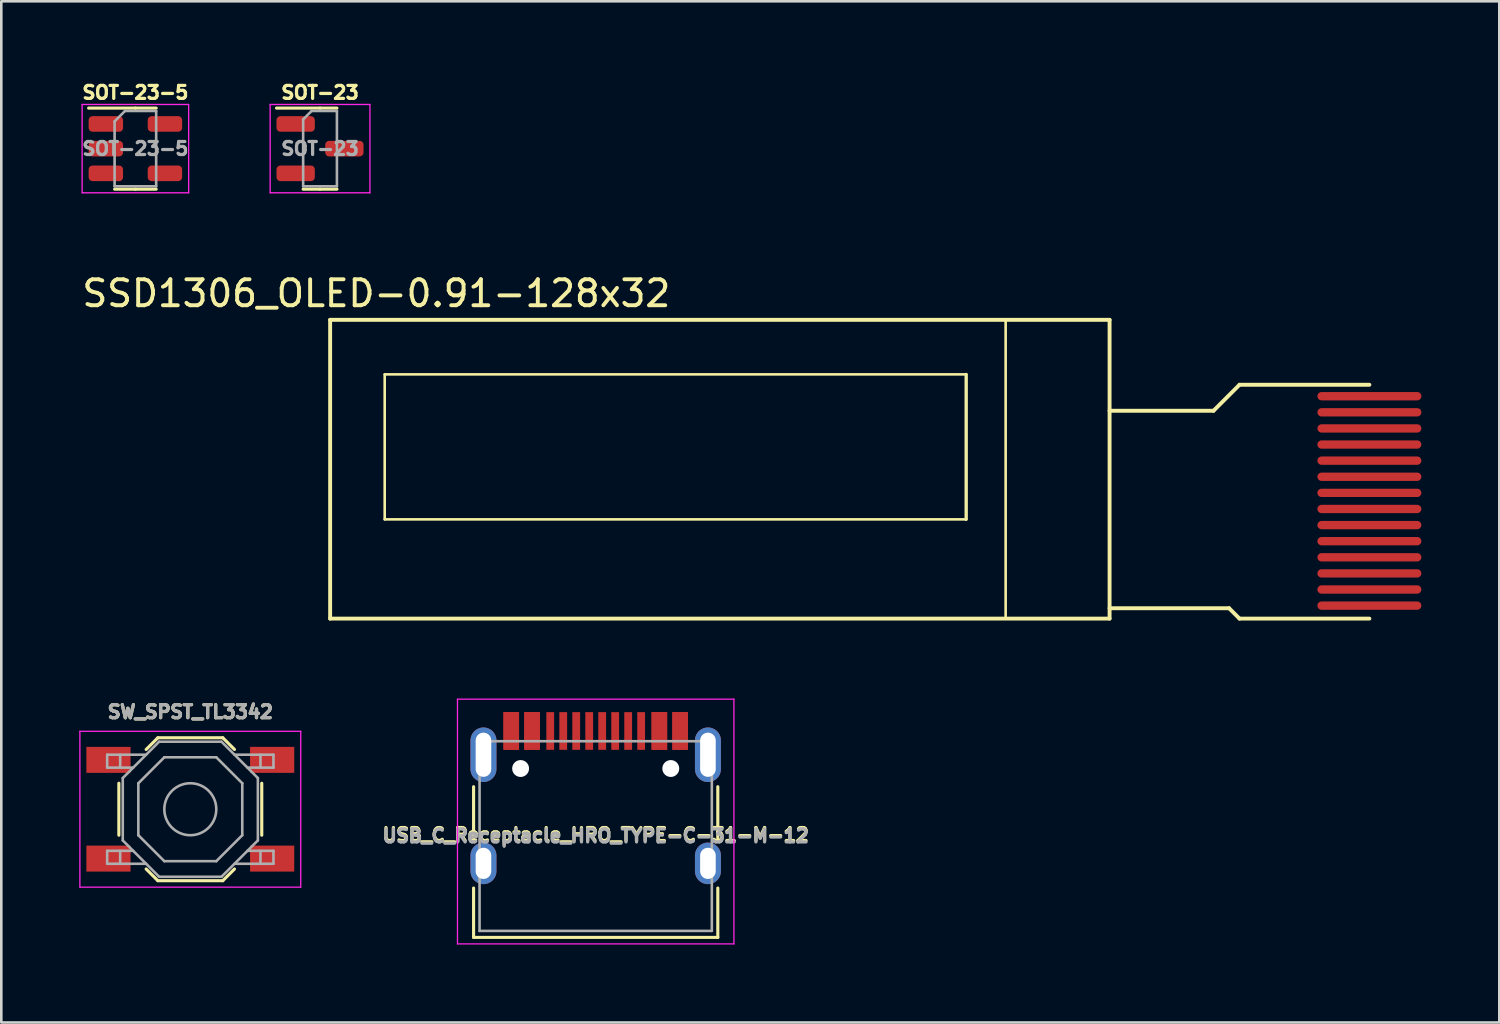
<source format=kicad_pcb>
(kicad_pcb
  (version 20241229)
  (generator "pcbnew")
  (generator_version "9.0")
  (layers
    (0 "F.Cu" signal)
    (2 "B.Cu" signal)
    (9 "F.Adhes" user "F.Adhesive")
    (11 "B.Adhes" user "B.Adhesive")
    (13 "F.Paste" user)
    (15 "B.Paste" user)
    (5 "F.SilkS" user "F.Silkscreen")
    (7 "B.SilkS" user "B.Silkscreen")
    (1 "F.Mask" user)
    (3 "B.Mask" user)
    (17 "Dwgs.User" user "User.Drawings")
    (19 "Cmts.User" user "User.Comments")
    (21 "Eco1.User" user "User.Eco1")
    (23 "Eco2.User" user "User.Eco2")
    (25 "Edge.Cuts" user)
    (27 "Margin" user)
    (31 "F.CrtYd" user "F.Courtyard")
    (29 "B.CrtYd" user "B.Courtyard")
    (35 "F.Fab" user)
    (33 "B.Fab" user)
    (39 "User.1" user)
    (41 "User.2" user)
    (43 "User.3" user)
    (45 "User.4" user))
  (footprint "USB_C_Receptacle_HRO_TYPE-C-31-M-12"
    (layer "F.Cu")
    (at 19.878 29.13)
    (property "Reference" "USB_C_Receptacle_HRO_TYPE-C-31-M-12" (at 0 -0.052 180) (layer "F.SilkS") (effects (font (size 0.5 0.5) (thickness 0.125))))
    (attr smd)
    (fp_line (start -4.7 -1.9) (end -4.7 0.1) (stroke (width 0.12) (type solid)) (layer "F.SilkS"))
    (fp_line (start -4.7 2) (end -4.7 3.9) (stroke (width 0.12) (type solid)) (layer "F.SilkS"))
    (fp_line (start -4.7 3.9) (end 4.7 3.9) (stroke (width 0.12) (type solid)) (layer "F.SilkS"))
    (fp_line (start 4.7 -1.9) (end 4.7 0.1) (stroke (width 0.12) (type solid)) (layer "F.SilkS"))
    (fp_line (start 4.7 2) (end 4.7 3.9) (stroke (width 0.12) (type solid)) (layer "F.SilkS"))
    (fp_line (start -5.32 -5.27) (end -5.32 4.15) (stroke (width 0.05) (type solid)) (layer "F.CrtYd"))
    (fp_line (start -5.32 -5.27) (end 5.32 -5.27) (stroke (width 0.05) (type solid)) (layer "F.CrtYd"))
    (fp_line (start -5.32 4.15) (end 5.32 4.15) (stroke (width 0.05) (type solid)) (layer "F.CrtYd"))
    (fp_line (start 5.32 -5.27) (end 5.32 4.15) (stroke (width 0.05) (type solid)) (layer "F.CrtYd"))
    (fp_line (start -4.47 -3.65) (end -4.47 3.65) (stroke (width 0.1) (type solid)) (layer "F.Fab"))
    (fp_line (start -4.47 -3.65) (end 4.47 -3.65) (stroke (width 0.1) (type solid)) (layer "F.Fab"))
    (fp_line (start -4.47 3.65) (end 4.47 3.65) (stroke (width 0.1) (type solid)) (layer "F.Fab"))
    (fp_line (start 4.47 -3.65) (end 4.47 3.65) (stroke (width 0.1) (type solid)) (layer "F.Fab"))
    (fp_text user "${REFERENCE}" (at 0 0 180) (layer "F.Fab") (effects (font (size 0.5 0.5) (thickness 0.125))))
    (pad "" np_thru_hole circle (at -2.89 -2.6) (size 0.65 0.65) (drill 0.65) (layers "*.Cu" "*.Mask"))
    (pad "" np_thru_hole circle (at 2.89 -2.6) (size 0.65 0.65) (drill 0.65) (layers "*.Cu" "*.Mask"))
    (pad "A1" smd rect (at -3.25 -4.045) (size 0.6 1.45) (layers "F.Cu" "F.Mask" "F.Paste"))
    (pad "A4" smd rect (at -2.45 -4.045) (size 0.6 1.45) (layers "F.Cu" "F.Mask" "F.Paste"))
    (pad "A5" smd rect (at -1.25 -4.045) (size 0.3 1.45) (layers "F.Cu" "F.Mask" "F.Paste"))
    (pad "A6" smd rect (at -0.25 -4.045) (size 0.3 1.45) (layers "F.Cu" "F.Mask" "F.Paste"))
    (pad "A7" smd rect (at 0.25 -4.045) (size 0.3 1.45) (layers "F.Cu" "F.Mask" "F.Paste"))
    (pad "A8" smd rect (at 1.25 -4.045) (size 0.3 1.45) (layers "F.Cu" "F.Mask" "F.Paste"))
    (pad "A9" smd rect (at 2.45 -4.045) (size 0.6 1.45) (layers "F.Cu" "F.Mask" "F.Paste"))
    (pad "A12" smd rect (at 3.25 -4.045) (size 0.6 1.45) (layers "F.Cu" "F.Mask" "F.Paste"))
    (pad "B1" smd rect (at 3.25 -4.045) (size 0.6 1.45) (layers "F.Cu" "F.Mask" "F.Paste"))
    (pad "B4" smd rect (at 2.45 -4.045) (size 0.6 1.45) (layers "F.Cu" "F.Mask" "F.Paste"))
    (pad "B5" smd rect (at 1.75 -4.045) (size 0.3 1.45) (layers "F.Cu" "F.Mask" "F.Paste"))
    (pad "B6" smd rect (at 0.75 -4.045) (size 0.3 1.45) (layers "F.Cu" "F.Mask" "F.Paste"))
    (pad "B7" smd rect (at -0.75 -4.045) (size 0.3 1.45) (layers "F.Cu" "F.Mask" "F.Paste"))
    (pad "B8" smd rect (at -1.75 -4.045) (size 0.3 1.45) (layers "F.Cu" "F.Mask" "F.Paste"))
    (pad "B9" smd rect (at -2.45 -4.045) (size 0.6 1.45) (layers "F.Cu" "F.Mask" "F.Paste"))
    (pad "B12" smd rect (at -3.25 -4.045) (size 0.6 1.45) (layers "F.Cu" "F.Mask" "F.Paste"))
    (pad "S1" thru_hole oval (at -4.32 -3.13) (size 1 2.1) (drill oval 0.6 1.7) (layers "*.Cu" "*.Mask"))
    (pad "S1" thru_hole oval (at -4.32 1.05) (size 1 1.6) (drill oval 0.6 1.2) (layers "*.Cu" "*.Mask"))
    (pad "S1" thru_hole oval (at 4.32 -3.13) (size 1 2.1) (drill oval 0.6 1.7) (layers "*.Cu" "*.Mask"))
    (pad "S1" thru_hole oval (at 4.32 1.05) (size 1 1.6) (drill oval 0.6 1.2) (layers "*.Cu" "*.Mask")))
  (footprint "SOT-23-5"
    (layer "F.Cu")
    (at 2.161 2.671)
    (property "Reference" "SOT-23-5" (at 0 -2.159 180) (layer "F.SilkS") (effects (font (size 0.5 0.5) (thickness 0.125))))
    (attr smd)
    (fp_line (start 0 -1.56) (end -1.8 -1.56) (stroke (width 0.12) (type solid)) (layer "F.SilkS"))
    (fp_line (start 0 -1.56) (end 0.8 -1.56) (stroke (width 0.12) (type solid)) (layer "F.SilkS"))
    (fp_line (start 0 1.56) (end -0.8 1.56) (stroke (width 0.12) (type solid)) (layer "F.SilkS"))
    (fp_line (start 0 1.56) (end 0.8 1.56) (stroke (width 0.12) (type solid)) (layer "F.SilkS"))
    (fp_line (start -2.05 -1.7) (end -2.05 1.7) (stroke (width 0.05) (type solid)) (layer "F.CrtYd"))
    (fp_line (start -2.05 1.7) (end 2.05 1.7) (stroke (width 0.05) (type solid)) (layer "F.CrtYd"))
    (fp_line (start 2.05 -1.7) (end -2.05 -1.7) (stroke (width 0.05) (type solid)) (layer "F.CrtYd"))
    (fp_line (start 2.05 1.7) (end 2.05 -1.7) (stroke (width 0.05) (type solid)) (layer "F.CrtYd"))
    (fp_line (start -0.8 -1.05) (end -0.4 -1.45) (stroke (width 0.1) (type solid)) (layer "F.Fab"))
    (fp_line (start -0.8 1.45) (end -0.8 -1.05) (stroke (width 0.1) (type solid)) (layer "F.Fab"))
    (fp_line (start -0.4 -1.45) (end 0.8 -1.45) (stroke (width 0.1) (type solid)) (layer "F.Fab"))
    (fp_line (start 0.8 -1.45) (end 0.8 1.45) (stroke (width 0.1) (type solid)) (layer "F.Fab"))
    (fp_line (start 0.8 1.45) (end -0.8 1.45) (stroke (width 0.1) (type solid)) (layer "F.Fab"))
    (fp_text user "${REFERENCE}" (at 0 0 180) (layer "F.Fab") (effects (font (size 0.5 0.5) (thickness 0.15))))
    (pad "1" smd roundrect (at -1.137 -0.95) (size 1.325 0.6) (layers "F.Cu" "F.Mask" "F.Paste") (roundrect_rratio 0.25))
    (pad "2" smd roundrect (at -1.137 0) (size 1.325 0.6) (layers "F.Cu" "F.Mask" "F.Paste") (roundrect_rratio 0.25))
    (pad "3" smd roundrect (at -1.137 0.95) (size 1.325 0.6) (layers "F.Cu" "F.Mask" "F.Paste") (roundrect_rratio 0.25))
    (pad "4" smd roundrect (at 1.137 0.95) (size 1.325 0.6) (layers "F.Cu" "F.Mask" "F.Paste") (roundrect_rratio 0.25))
    (pad "5" smd roundrect (at 1.137 -0.95) (size 1.325 0.6) (layers "F.Cu" "F.Mask" "F.Paste") (roundrect_rratio 0.25)))
  (footprint "SSD1306_OLED-0.91-128x32"
    (layer "F.Cu")
    (at 9.657 9.26)
    (property "Reference" "SSD1306_OLED-0.91-128x32" (at 1.778 -1.016 0) (layer "F.SilkS") (effects (font (size 1 1) (thickness 0.15))))
    (attr through_hole)
    (fp_line (start 0 0) (end 30 0) (stroke (width 0.15) (type solid)) (layer "F.SilkS"))
    (fp_line (start 0 11.5) (end 0 0) (stroke (width 0.15) (type solid)) (layer "F.SilkS"))
    (fp_line (start 0 11.5) (end 30 11.5) (stroke (width 0.15) (type solid)) (layer "F.SilkS"))
    (fp_line (start 2.1 2.1) (end 2.1 7.68) (stroke (width 0.1) (type solid)) (layer "F.SilkS"))
    (fp_line (start 2.1 2.1) (end 24.48 2.1) (stroke (width 0.1) (type solid)) (layer "F.SilkS"))
    (fp_line (start 2.1 7.68) (end 24.48 7.68) (stroke (width 0.1) (type solid)) (layer "F.SilkS"))
    (fp_line (start 24.48 2.1) (end 24.48 7.68) (stroke (width 0.1) (type solid)) (layer "F.SilkS"))
    (fp_line (start 24.48 7.68) (end 24.48 2.1) (stroke (width 0.12) (type default)) (layer "F.SilkS"))
    (fp_line (start 26 0) (end 26 11.5) (stroke (width 0.1) (type solid)) (layer "F.SilkS"))
    (fp_line (start 30 0) (end 30 11.5) (stroke (width 0.15) (type solid)) (layer "F.SilkS"))
    (fp_line (start 34 3.5) (end 30 3.5) (stroke (width 0.15) (type solid)) (layer "F.SilkS"))
    (fp_line (start 34.6 11.1) (end 30 11.1) (stroke (width 0.15) (type solid)) (layer "F.SilkS"))
    (fp_line (start 35 2.5) (end 34 3.5) (stroke (width 0.15) (type solid)) (layer "F.SilkS"))
    (fp_line (start 35 11.5) (end 34.6 11.1) (stroke (width 0.15) (type solid)) (layer "F.SilkS"))
    (fp_line (start 40 2.5) (end 35 2.5) (stroke (width 0.15) (type solid)) (layer "F.SilkS"))
    (fp_line (start 40 11.5) (end 35 11.5) (stroke (width 0.15) (type solid)) (layer "F.SilkS"))
    (pad "1" smd oval (at 40 11) (size 4 0.32) (layers "F.Cu" "F.Mask" "F.Paste"))
    (pad "2" smd oval (at 40 10.38) (size 4 0.32) (layers "F.Cu" "F.Mask" "F.Paste"))
    (pad "3" smd oval (at 40 9.76) (size 4 0.32) (layers "F.Cu" "F.Mask" "F.Paste"))
    (pad "4" smd oval (at 40 9.14) (size 4 0.32) (layers "F.Cu" "F.Mask" "F.Paste"))
    (pad "5" smd oval (at 40 8.52) (size 4 0.32) (layers "F.Cu" "F.Mask" "F.Paste"))
    (pad "6" smd oval (at 40 7.9) (size 4 0.32) (layers "F.Cu" "F.Mask" "F.Paste"))
    (pad "7" smd oval (at 40 7.28) (size 4 0.32) (layers "F.Cu" "F.Mask" "F.Paste"))
    (pad "8" smd oval (at 40 6.66) (size 4 0.32) (layers "F.Cu" "F.Mask" "F.Paste"))
    (pad "9" smd oval (at 40 6.04) (size 4 0.32) (layers "F.Cu" "F.Mask" "F.Paste"))
    (pad "10" smd oval (at 40 5.42) (size 4 0.32) (layers "F.Cu" "F.Mask" "F.Paste"))
    (pad "11" smd oval (at 40 4.8) (size 4 0.32) (layers "F.Cu" "F.Mask" "F.Paste"))
    (pad "12" smd oval (at 40 4.18) (size 4 0.32) (layers "F.Cu" "F.Mask" "F.Paste"))
    (pad "13" smd oval (at 40 3.56) (size 4 0.32) (layers "F.Cu" "F.Mask" "F.Paste"))
    (pad "14" smd oval (at 40 2.94) (size 4 0.32) (layers "F.Cu" "F.Mask" "F.Paste")))
  (footprint "SOT-23"
    (layer "F.Cu")
    (at 9.268 2.671)
    (property "Reference" "SOT-23" (at 0 -2.159 180) (layer "F.SilkS") (effects (font (size 0.5 0.5) (thickness 0.125))))
    (attr smd)
    (fp_line (start 0 -1.56) (end -1.675 -1.56) (stroke (width 0.12) (type solid)) (layer "F.SilkS"))
    (fp_line (start 0 -1.56) (end 0.65 -1.56) (stroke (width 0.12) (type solid)) (layer "F.SilkS"))
    (fp_line (start 0 1.56) (end -0.65 1.56) (stroke (width 0.12) (type solid)) (layer "F.SilkS"))
    (fp_line (start 0 1.56) (end 0.65 1.56) (stroke (width 0.12) (type solid)) (layer "F.SilkS"))
    (fp_line (start -1.92 -1.7) (end -1.92 1.7) (stroke (width 0.05) (type solid)) (layer "F.CrtYd"))
    (fp_line (start -1.92 1.7) (end 1.92 1.7) (stroke (width 0.05) (type solid)) (layer "F.CrtYd"))
    (fp_line (start 1.92 -1.7) (end -1.92 -1.7) (stroke (width 0.05) (type solid)) (layer "F.CrtYd"))
    (fp_line (start 1.92 1.7) (end 1.92 -1.7) (stroke (width 0.05) (type solid)) (layer "F.CrtYd"))
    (fp_line (start -0.65 -1.125) (end -0.325 -1.45) (stroke (width 0.1) (type solid)) (layer "F.Fab"))
    (fp_line (start -0.65 1.45) (end -0.65 -1.125) (stroke (width 0.1) (type solid)) (layer "F.Fab"))
    (fp_line (start -0.325 -1.45) (end 0.65 -1.45) (stroke (width 0.1) (type solid)) (layer "F.Fab"))
    (fp_line (start 0.65 -1.45) (end 0.65 1.45) (stroke (width 0.1) (type solid)) (layer "F.Fab"))
    (fp_line (start 0.65 1.45) (end -0.65 1.45) (stroke (width 0.1) (type solid)) (layer "F.Fab"))
    (fp_text user "${REFERENCE}" (at 0 0 180) (layer "F.Fab") (effects (font (size 0.5 0.5) (thickness 0.15))))
    (pad "1" smd roundrect (at -0.938 -0.95) (size 1.475 0.6) (layers "F.Cu" "F.Mask" "F.Paste") (roundrect_rratio 0.25))
    (pad "2" smd roundrect (at -0.938 0.95) (size 1.475 0.6) (layers "F.Cu" "F.Mask" "F.Paste") (roundrect_rratio 0.25))
    (pad "3" smd roundrect (at 0.938 0) (size 1.475 0.6) (layers "F.Cu" "F.Mask" "F.Paste") (roundrect_rratio 0.25)))
  (footprint "SW_SPST_TL3342"
    (layer "F.Cu")
    (at 4.275 28.097)
    (property "Reference" "SW_SPST_TL3342" (at 0 -3.75 0) (layer "F.SilkS") (effects (font (size 0.5 0.5) (thickness 0.125))))
    (attr smd)
    (fp_line (start -2.75 -1) (end -2.75 1) (stroke (width 0.12) (type solid)) (layer "F.SilkS"))
    (fp_line (start -1.7 -2.3) (end -1.25 -2.75) (stroke (width 0.12) (type solid)) (layer "F.SilkS"))
    (fp_line (start -1.7 2.3) (end -1.25 2.75) (stroke (width 0.12) (type solid)) (layer "F.SilkS"))
    (fp_line (start -1.25 -2.75) (end 1.25 -2.75) (stroke (width 0.12) (type solid)) (layer "F.SilkS"))
    (fp_line (start -1.25 2.75) (end 1.25 2.75) (stroke (width 0.12) (type solid)) (layer "F.SilkS"))
    (fp_line (start 1.7 -2.3) (end 1.25 -2.75) (stroke (width 0.12) (type solid)) (layer "F.SilkS"))
    (fp_line (start 1.7 2.3) (end 1.25 2.75) (stroke (width 0.12) (type solid)) (layer "F.SilkS"))
    (fp_line (start 2.75 -1) (end 2.75 1) (stroke (width 0.12) (type solid)) (layer "F.SilkS"))
    (fp_line (start -4.25 -3) (end 4.25 -3) (stroke (width 0.05) (type solid)) (layer "F.CrtYd"))
    (fp_line (start -4.25 3) (end -4.25 -3) (stroke (width 0.05) (type solid)) (layer "F.CrtYd"))
    (fp_line (start 4.25 -3) (end 4.25 3) (stroke (width 0.05) (type solid)) (layer "F.CrtYd"))
    (fp_line (start 4.25 3) (end -4.25 3) (stroke (width 0.05) (type solid)) (layer "F.CrtYd"))
    (fp_line (start -3.2 -2.1) (end -3.2 -1.6) (stroke (width 0.1) (type solid)) (layer "F.Fab"))
    (fp_line (start -3.2 -1.6) (end -2.2 -1.6) (stroke (width 0.1) (type solid)) (layer "F.Fab"))
    (fp_line (start -3.2 1.6) (end -2.2 1.6) (stroke (width 0.1) (type solid)) (layer "F.Fab"))
    (fp_line (start -3.2 2.1) (end -3.2 1.6) (stroke (width 0.1) (type solid)) (layer "F.Fab"))
    (fp_line (start -2.7 -2.1) (end -2.7 -1.6) (stroke (width 0.1) (type solid)) (layer "F.Fab"))
    (fp_line (start -2.7 2.1) (end -2.7 1.6) (stroke (width 0.1) (type solid)) (layer "F.Fab"))
    (fp_line (start -2.6 -1.2) (end -2.6 1.2) (stroke (width 0.1) (type solid)) (layer "F.Fab"))
    (fp_line (start -2.6 1.2) (end -1.2 2.6) (stroke (width 0.1) (type solid)) (layer "F.Fab"))
    (fp_line (start -2 -1) (end -1 -2) (stroke (width 0.1) (type solid)) (layer "F.Fab"))
    (fp_line (start -2 1) (end -2 -1) (stroke (width 0.1) (type solid)) (layer "F.Fab"))
    (fp_line (start -1.7 -2.1) (end -3.2 -2.1) (stroke (width 0.1) (type solid)) (layer "F.Fab"))
    (fp_line (start -1.7 2.1) (end -3.2 2.1) (stroke (width 0.1) (type solid)) (layer "F.Fab"))
    (fp_line (start -1.2 -2.6) (end -2.6 -1.2) (stroke (width 0.1) (type solid)) (layer "F.Fab"))
    (fp_line (start -1.2 2.6) (end 1.2 2.6) (stroke (width 0.1) (type solid)) (layer "F.Fab"))
    (fp_line (start -1 -2) (end 1 -2) (stroke (width 0.1) (type solid)) (layer "F.Fab"))
    (fp_line (start -1 2) (end -2 1) (stroke (width 0.1) (type solid)) (layer "F.Fab"))
    (fp_line (start 1 -2) (end 2 -1) (stroke (width 0.1) (type solid)) (layer "F.Fab"))
    (fp_line (start 1 2) (end -1 2) (stroke (width 0.1) (type solid)) (layer "F.Fab"))
    (fp_line (start 1.2 -2.6) (end -1.2 -2.6) (stroke (width 0.1) (type solid)) (layer "F.Fab"))
    (fp_line (start 1.2 2.6) (end 2.6 1.2) (stroke (width 0.1) (type solid)) (layer "F.Fab"))
    (fp_line (start 1.7 -2.1) (end 3.2 -2.1) (stroke (width 0.1) (type solid)) (layer "F.Fab"))
    (fp_line (start 1.7 2.1) (end 3.2 2.1) (stroke (width 0.1) (type solid)) (layer "F.Fab"))
    (fp_line (start 2 -1) (end 2 1) (stroke (width 0.1) (type solid)) (layer "F.Fab"))
    (fp_line (start 2 1) (end 1 2) (stroke (width 0.1) (type solid)) (layer "F.Fab"))
    (fp_line (start 2.6 -1.2) (end 1.2 -2.6) (stroke (width 0.1) (type solid)) (layer "F.Fab"))
    (fp_line (start 2.6 1.2) (end 2.6 -1.2) (stroke (width 0.1) (type solid)) (layer "F.Fab"))
    (fp_line (start 2.7 -2.1) (end 2.7 -1.6) (stroke (width 0.1) (type solid)) (layer "F.Fab"))
    (fp_line (start 2.7 2.1) (end 2.7 1.6) (stroke (width 0.1) (type solid)) (layer "F.Fab"))
    (fp_line (start 3.2 -2.1) (end 3.2 -1.6) (stroke (width 0.1) (type solid)) (layer "F.Fab"))
    (fp_line (start 3.2 -1.6) (end 2.2 -1.6) (stroke (width 0.1) (type solid)) (layer "F.Fab"))
    (fp_line (start 3.2 1.6) (end 2.2 1.6) (stroke (width 0.1) (type solid)) (layer "F.Fab"))
    (fp_line (start 3.2 2.1) (end 3.2 1.6) (stroke (width 0.1) (type solid)) (layer "F.Fab"))
    (fp_circle (center 0 0) (end 1 0) (stroke (width 0.1) (type solid)) (fill no) (layer "F.Fab"))
    (fp_text user "${REFERENCE}" (at 0 -3.75 0) (layer "F.Fab") (effects (font (size 0.5 0.5) (thickness 0.15))))
    (pad "1" smd rect (at -3.15 -1.9) (size 1.7 1) (layers "F.Cu" "F.Mask" "F.Paste"))
    (pad "1" smd rect (at 3.15 -1.9) (size 1.7 1) (layers "F.Cu" "F.Mask" "F.Paste"))
    (pad "2" smd rect (at -3.15 1.9) (size 1.7 1) (layers "F.Cu" "F.Mask" "F.Paste"))
    (pad "2" smd rect (at 3.15 1.9) (size 1.7 1) (layers "F.Cu" "F.Mask" "F.Paste")))
  (gr_rect
    (start -3 -3)
    (end 54.657 36.305)
    (stroke (width 0.1) (type default))
    (fill no)
    (layer "Edge.Cuts")))
</source>
